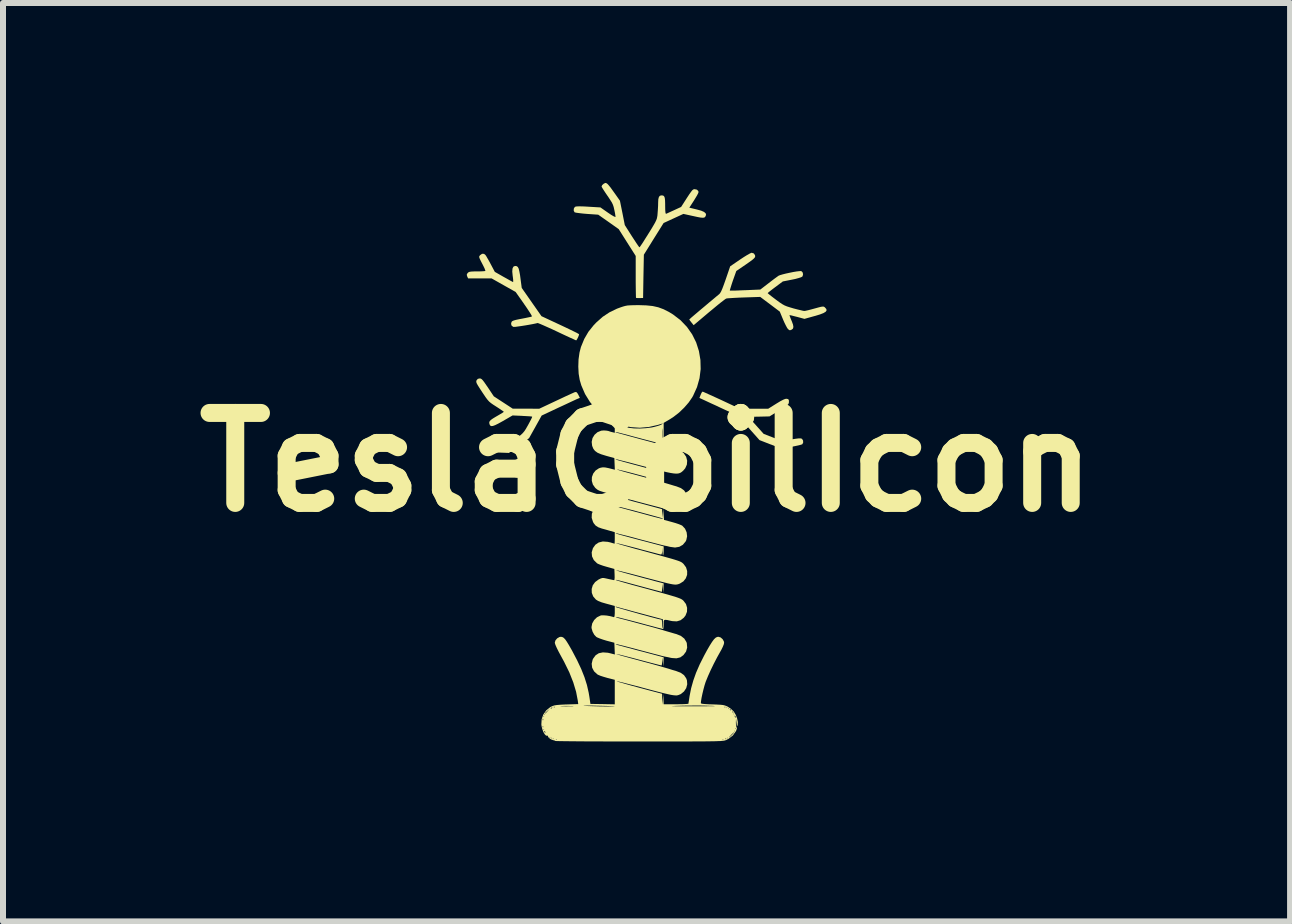
<source format=kicad_pcb>
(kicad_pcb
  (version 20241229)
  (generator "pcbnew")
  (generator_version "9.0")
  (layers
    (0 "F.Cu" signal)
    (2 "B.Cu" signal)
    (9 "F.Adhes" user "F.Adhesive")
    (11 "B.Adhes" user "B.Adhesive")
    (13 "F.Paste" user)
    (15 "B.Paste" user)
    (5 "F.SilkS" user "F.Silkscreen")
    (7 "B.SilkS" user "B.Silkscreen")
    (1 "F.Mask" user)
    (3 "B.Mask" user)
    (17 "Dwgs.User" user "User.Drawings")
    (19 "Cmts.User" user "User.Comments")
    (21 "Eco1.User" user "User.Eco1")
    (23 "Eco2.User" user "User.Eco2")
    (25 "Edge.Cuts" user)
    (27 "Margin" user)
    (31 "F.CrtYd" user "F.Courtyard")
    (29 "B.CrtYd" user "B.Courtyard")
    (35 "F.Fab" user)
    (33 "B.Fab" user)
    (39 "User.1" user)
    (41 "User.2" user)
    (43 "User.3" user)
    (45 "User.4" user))
  (footprint "TeslaCoilIcon"
    (layer "F.Cu")
    (at 7.729 4.656)
    (property "Reference" "TeslaCoilIcon" (at 0 0 0) (layer "F.SilkS") (effects (font (size 1.5 1.5) (thickness 0.3))))
    (attr board_only exclude_from_pos_files exclude_from_bom)
    (fp_poly (pts (xy 0.948 -1.172) (xy 0.982 -1.157) (xy 1.033 -1.134) (xy 1.099 -1.104) (xy 1.174 -1.07) (xy 1.25 -1.035) (xy 1.555 -0.892) (xy 1.792 -0.892) (xy 2.028 -0.892) (xy 2.164 -0.977) (xy 2.23 -1.017) (xy 2.278 -1.042) (xy 2.313 -1.056) (xy 2.337 -1.058) (xy 2.361 -1.052) (xy 2.372 -1.036) (xy 2.373 -1.009) (xy 2.372 -0.991) (xy 2.367 -0.976) (xy 2.355 -0.96) (xy 2.332 -0.941) (xy 2.295 -0.916) (xy 2.241 -0.882) (xy 2.212 -0.864) (xy 2.05 -0.764) (xy 1.874 -0.76) (xy 1.697 -0.757) (xy 1.825 -0.615) (xy 1.952 -0.473) (xy 2.106 -0.413) (xy 2.26 -0.353) (xy 2.415 -0.38) (xy 2.483 -0.391) (xy 2.53 -0.397) (xy 2.561 -0.398) (xy 2.58 -0.395) (xy 2.592 -0.389) (xy 2.609 -0.362) (xy 2.611 -0.328) (xy 2.597 -0.301) (xy 2.596 -0.3) (xy 2.578 -0.293) (xy 2.541 -0.283) (xy 2.49 -0.272) (xy 2.432 -0.26) (xy 2.373 -0.249) (xy 2.32 -0.24) (xy 2.278 -0.235) (xy 2.257 -0.233) (xy 2.236 -0.238) (xy 2.196 -0.251) (xy 2.142 -0.269) (xy 2.08 -0.293) (xy 2.057 -0.301) (xy 1.883 -0.369) (xy 1.702 -0.572) (xy 1.52 -0.775) (xy 1.306 -0.875) (xy 1.228 -0.911) (xy 1.15 -0.948) (xy 1.077 -0.981) (xy 1.017 -1.009) (xy 0.987 -1.023) (xy 0.881 -1.072) (xy 0.902 -1.125) (xy 0.916 -1.157) (xy 0.93 -1.175) (xy 0.933 -1.177)) (stroke (width 0) (type solid)) (fill yes) (layer "F.SilkS"))
    (fp_poly (pts (xy -2.766 -1.395) (xy -2.75 -1.386) (xy -2.732 -1.368) (xy -2.707 -1.336) (xy -2.674 -1.288) (xy -2.646 -1.248) (xy -2.547 -1.099) (xy -2.389 -0.996) (xy -2.231 -0.893) (xy -2.01 -0.893) (xy -1.789 -0.892) (xy -1.502 -1.027) (xy -1.421 -1.065) (xy -1.347 -1.1) (xy -1.283 -1.129) (xy -1.233 -1.152) (xy -1.201 -1.166) (xy -1.19 -1.17) (xy -1.171 -1.17) (xy -1.154 -1.153) (xy -1.138 -1.126) (xy -1.112 -1.073) (xy -1.141 -1.061) (xy -1.161 -1.053) (xy -1.2 -1.035) (xy -1.256 -1.009) (xy -1.324 -0.977) (xy -1.401 -0.941) (xy -1.46 -0.914) (xy -1.749 -0.778) (xy -1.854 -0.589) (xy -1.959 -0.401) (xy -2.127 -0.278) (xy -2.294 -0.155) (xy -2.372 -0.158) (xy -2.428 -0.16) (xy -2.493 -0.162) (xy -2.547 -0.165) (xy -2.615 -0.172) (xy -2.66 -0.186) (xy -2.684 -0.209) (xy -2.69 -0.234) (xy -2.684 -0.259) (xy -2.665 -0.276) (xy -2.629 -0.286) (xy -2.574 -0.289) (xy -2.497 -0.286) (xy -2.483 -0.285) (xy -2.334 -0.276) (xy -2.192 -0.382) (xy -2.135 -0.425) (xy -2.093 -0.458) (xy -2.062 -0.488) (xy -2.037 -0.518) (xy -2.012 -0.556) (xy -1.983 -0.607) (xy -1.975 -0.621) (xy -1.947 -0.673) (xy -1.924 -0.717) (xy -1.91 -0.747) (xy -1.907 -0.76) (xy -1.921 -0.763) (xy -1.956 -0.766) (xy -2.007 -0.769) (xy -2.068 -0.772) (xy -2.073 -0.773) (xy -2.234 -0.78) (xy -2.396 -0.686) (xy -2.47 -0.645) (xy -2.525 -0.618) (xy -2.564 -0.604) (xy -2.591 -0.603) (xy -2.608 -0.613) (xy -2.619 -0.636) (xy -2.62 -0.641) (xy -2.623 -0.663) (xy -2.616 -0.683) (xy -2.597 -0.704) (xy -2.562 -0.729) (xy -2.509 -0.761) (xy -2.488 -0.773) (xy -2.442 -0.8) (xy -2.405 -0.822) (xy -2.384 -0.837) (xy -2.38 -0.841) (xy -2.39 -0.85) (xy -2.418 -0.869) (xy -2.459 -0.897) (xy -2.507 -0.928) (xy -2.557 -0.96) (xy -2.594 -0.986) (xy -2.624 -1.011) (xy -2.651 -1.041) (xy -2.68 -1.079) (xy -2.715 -1.131) (xy -2.742 -1.171) (xy -2.783 -1.234) (xy -2.812 -1.28) (xy -2.83 -1.312) (xy -2.838 -1.334) (xy -2.839 -1.35) (xy -2.835 -1.364) (xy -2.835 -1.365) (xy -2.813 -1.39) (xy -2.783 -1.397)) (stroke (width 0) (type solid)) (fill yes) (layer "F.SilkS"))
    (fp_poly (pts (xy -2.71 -3.474) (xy -2.687 -3.456) (xy -2.673 -3.436) (xy -2.651 -3.398) (xy -2.623 -3.349) (xy -2.599 -3.304) (xy -2.53 -3.174) (xy -2.383 -3.09) (xy -2.327 -3.059) (xy -2.279 -3.032) (xy -2.244 -3.013) (xy -2.227 -3.004) (xy -2.226 -3.003) (xy -2.223 -3.013) (xy -2.224 -3.043) (xy -2.229 -3.087) (xy -2.232 -3.107) (xy -2.239 -3.179) (xy -2.235 -3.229) (xy -2.22 -3.26) (xy -2.194 -3.272) (xy -2.186 -3.272) (xy -2.164 -3.268) (xy -2.146 -3.254) (xy -2.132 -3.227) (xy -2.121 -3.182) (xy -2.109 -3.118) (xy -2.103 -3.071) (xy -2.081 -2.906) (xy -1.917 -2.671) (xy -1.752 -2.435) (xy -1.439 -2.289) (xy -1.356 -2.25) (xy -1.281 -2.214) (xy -1.217 -2.183) (xy -1.168 -2.159) (xy -1.136 -2.141) (xy -1.125 -2.134) (xy -1.125 -2.134) (xy -1.13 -2.113) (xy -1.142 -2.083) (xy -1.157 -2.054) (xy -1.169 -2.035) (xy -1.174 -2.032) (xy -1.188 -2.037) (xy -1.222 -2.053) (xy -1.273 -2.076) (xy -1.338 -2.106) (xy -1.413 -2.141) (xy -1.493 -2.179) (xy -1.576 -2.218) (xy -1.652 -2.252) (xy -1.717 -2.281) (xy -1.768 -2.303) (xy -1.803 -2.317) (xy -1.816 -2.321) (xy -1.849 -2.313) (xy -1.898 -2.303) (xy -1.958 -2.292) (xy -2.022 -2.281) (xy -2.086 -2.271) (xy -2.143 -2.263) (xy -2.188 -2.257) (xy -2.215 -2.256) (xy -2.219 -2.256) (xy -2.248 -2.274) (xy -2.259 -2.306) (xy -2.251 -2.339) (xy -2.24 -2.351) (xy -2.217 -2.362) (xy -2.179 -2.373) (xy -2.122 -2.385) (xy -2.079 -2.393) (xy -2.018 -2.405) (xy -1.966 -2.416) (xy -1.929 -2.424) (xy -1.912 -2.43) (xy -1.911 -2.43) (xy -1.915 -2.443) (xy -1.932 -2.473) (xy -1.96 -2.517) (xy -1.997 -2.573) (xy -2.04 -2.635) (xy -2.042 -2.639) (xy -2.183 -2.839) (xy -2.384 -2.952) (xy -2.584 -3.065) (xy -2.78 -3.065) (xy -2.975 -3.065) (xy -2.99 -3.097) (xy -2.998 -3.126) (xy -2.987 -3.149) (xy -2.981 -3.156) (xy -2.967 -3.168) (xy -2.948 -3.175) (xy -2.918 -3.179) (xy -2.872 -3.181) (xy -2.826 -3.181) (xy -2.77 -3.182) (xy -2.725 -3.184) (xy -2.695 -3.187) (xy -2.687 -3.189) (xy -2.69 -3.202) (xy -2.702 -3.234) (xy -2.723 -3.277) (xy -2.74 -3.31) (xy -2.767 -3.362) (xy -2.783 -3.397) (xy -2.79 -3.419) (xy -2.789 -3.433) (xy -2.78 -3.446) (xy -2.775 -3.452) (xy -2.742 -3.475)) (stroke (width 0) (type solid)) (fill yes) (layer "F.SilkS"))
    (fp_poly (pts (xy -0.669 -4.652) (xy -0.652 -4.64) (xy -0.63 -4.616) (xy -0.599 -4.578) (xy -0.559 -4.522) (xy -0.528 -4.479) (xy -0.444 -4.36) (xy -0.403 -4.157) (xy -0.363 -3.954) (xy -0.245 -3.768) (xy -0.205 -3.707) (xy -0.171 -3.655) (xy -0.143 -3.614) (xy -0.125 -3.589) (xy -0.118 -3.583) (xy -0.109 -3.593) (xy -0.089 -3.622) (xy -0.059 -3.667) (xy -0.023 -3.725) (xy 0.019 -3.791) (xy 0.032 -3.812) (xy 0.08 -3.889) (xy 0.115 -3.948) (xy 0.141 -3.993) (xy 0.158 -4.028) (xy 0.17 -4.057) (xy 0.176 -4.084) (xy 0.181 -4.113) (xy 0.183 -4.138) (xy 0.188 -4.204) (xy 0.192 -4.275) (xy 0.193 -4.327) (xy 0.196 -4.386) (xy 0.206 -4.423) (xy 0.223 -4.443) (xy 0.25 -4.449) (xy 0.252 -4.449) (xy 0.276 -4.446) (xy 0.292 -4.434) (xy 0.303 -4.409) (xy 0.308 -4.368) (xy 0.31 -4.306) (xy 0.31 -4.277) (xy 0.311 -4.212) (xy 0.314 -4.17) (xy 0.318 -4.148) (xy 0.325 -4.142) (xy 0.327 -4.142) (xy 0.345 -4.15) (xy 0.38 -4.166) (xy 0.428 -4.188) (xy 0.459 -4.202) (xy 0.576 -4.256) (xy 0.671 -4.404) (xy 0.711 -4.465) (xy 0.74 -4.506) (xy 0.761 -4.533) (xy 0.778 -4.547) (xy 0.794 -4.552) (xy 0.801 -4.552) (xy 0.84 -4.544) (xy 0.863 -4.52) (xy 0.866 -4.502) (xy 0.86 -4.484) (xy 0.842 -4.449) (xy 0.815 -4.404) (xy 0.79 -4.363) (xy 0.713 -4.244) (xy 0.837 -4.214) (xy 0.91 -4.194) (xy 0.958 -4.173) (xy 0.985 -4.15) (xy 0.992 -4.125) (xy 0.983 -4.101) (xy 0.973 -4.086) (xy 0.958 -4.078) (xy 0.935 -4.076) (xy 0.899 -4.079) (xy 0.846 -4.089) (xy 0.773 -4.105) (xy 0.763 -4.107) (xy 0.614 -4.14) (xy 0.449 -4.064) (xy 0.284 -3.988) (xy 0.119 -3.724) (xy -0.045 -3.46) (xy -0.052 -3.099) (xy -0.058 -2.738) (xy -0.114 -2.737) (xy -0.15 -2.737) (xy -0.172 -2.739) (xy -0.176 -2.741) (xy -0.177 -2.755) (xy -0.178 -2.791) (xy -0.179 -2.846) (xy -0.18 -2.917) (xy -0.181 -3) (xy -0.181 -3.092) (xy -0.181 -3.093) (xy -0.181 -3.439) (xy -0.323 -3.663) (xy -0.464 -3.886) (xy -0.635 -4.007) (xy -0.806 -4.127) (xy -0.994 -4.14) (xy -1.063 -4.146) (xy -1.122 -4.153) (xy -1.168 -4.159) (xy -1.195 -4.165) (xy -1.2 -4.167) (xy -1.214 -4.193) (xy -1.213 -4.227) (xy -1.197 -4.254) (xy -1.196 -4.255) (xy -1.182 -4.262) (xy -1.158 -4.265) (xy -1.12 -4.266) (xy -1.063 -4.265) (xy -0.985 -4.261) (xy -0.972 -4.26) (xy -0.769 -4.248) (xy -0.643 -4.16) (xy -0.588 -4.123) (xy -0.547 -4.099) (xy -0.523 -4.089) (xy -0.517 -4.091) (xy -0.52 -4.112) (xy -0.526 -4.151) (xy -0.536 -4.2) (xy -0.538 -4.209) (xy -0.548 -4.254) (xy -0.561 -4.293) (xy -0.579 -4.331) (xy -0.607 -4.375) (xy -0.645 -4.433) (xy -0.654 -4.445) (xy -0.69 -4.498) (xy -0.72 -4.544) (xy -0.741 -4.578) (xy -0.75 -4.597) (xy -0.75 -4.598) (xy -0.74 -4.62) (xy -0.716 -4.642) (xy -0.69 -4.655) (xy -0.683 -4.656)) (stroke (width 0) (type solid)) (fill yes) (layer "F.SilkS"))
    (fp_poly (pts (xy 1.788 -3.481) (xy 1.808 -3.452) (xy 1.811 -3.432) (xy 1.806 -3.416) (xy 1.79 -3.397) (xy 1.76 -3.371) (xy 1.713 -3.337) (xy 1.653 -3.295) (xy 1.496 -3.188) (xy 1.439 -3.028) (xy 1.419 -2.968) (xy 1.403 -2.917) (xy 1.392 -2.881) (xy 1.388 -2.863) (xy 1.388 -2.862) (xy 1.402 -2.861) (xy 1.438 -2.861) (xy 1.492 -2.862) (xy 1.559 -2.865) (xy 1.636 -2.868) (xy 1.645 -2.868) (xy 1.897 -2.879) (xy 2.032 -2.983) (xy 2.085 -3.024) (xy 2.134 -3.061) (xy 2.174 -3.09) (xy 2.199 -3.108) (xy 2.2 -3.109) (xy 2.225 -3.119) (xy 2.269 -3.132) (xy 2.325 -3.146) (xy 2.386 -3.159) (xy 2.449 -3.172) (xy 2.505 -3.181) (xy 2.55 -3.186) (xy 2.577 -3.187) (xy 2.58 -3.186) (xy 2.601 -3.166) (xy 2.609 -3.135) (xy 2.602 -3.104) (xy 2.595 -3.094) (xy 2.574 -3.083) (xy 2.533 -3.07) (xy 2.478 -3.055) (xy 2.424 -3.044) (xy 2.272 -3.014) (xy 2.146 -2.92) (xy 2.097 -2.883) (xy 2.057 -2.852) (xy 2.03 -2.83) (xy 2.019 -2.819) (xy 2.019 -2.819) (xy 2.029 -2.81) (xy 2.055 -2.788) (xy 2.095 -2.757) (xy 2.145 -2.719) (xy 2.157 -2.71) (xy 2.215 -2.667) (xy 2.26 -2.637) (xy 2.299 -2.615) (xy 2.34 -2.598) (xy 2.39 -2.582) (xy 2.451 -2.564) (xy 2.512 -2.548) (xy 2.567 -2.535) (xy 2.608 -2.525) (xy 2.63 -2.522) (xy 2.631 -2.522) (xy 2.652 -2.525) (xy 2.693 -2.534) (xy 2.747 -2.548) (xy 2.802 -2.563) (xy 2.864 -2.58) (xy 2.907 -2.591) (xy 2.935 -2.595) (xy 2.952 -2.594) (xy 2.965 -2.588) (xy 2.974 -2.58) (xy 2.997 -2.554) (xy 3.001 -2.531) (xy 2.986 -2.509) (xy 2.95 -2.487) (xy 2.891 -2.464) (xy 2.809 -2.439) (xy 2.8 -2.437) (xy 2.632 -2.39) (xy 2.51 -2.423) (xy 2.457 -2.436) (xy 2.415 -2.447) (xy 2.389 -2.452) (xy 2.383 -2.452) (xy 2.386 -2.439) (xy 2.397 -2.409) (xy 2.414 -2.366) (xy 2.419 -2.356) (xy 2.441 -2.296) (xy 2.448 -2.255) (xy 2.44 -2.227) (xy 2.417 -2.209) (xy 2.411 -2.207) (xy 2.392 -2.2) (xy 2.379 -2.203) (xy 2.359 -2.219) (xy 2.357 -2.221) (xy 2.342 -2.242) (xy 2.321 -2.281) (xy 2.296 -2.332) (xy 2.276 -2.378) (xy 2.221 -2.511) (xy 2.058 -2.634) (xy 1.895 -2.756) (xy 1.623 -2.747) (xy 1.541 -2.744) (xy 1.466 -2.74) (xy 1.402 -2.736) (xy 1.355 -2.733) (xy 1.329 -2.729) (xy 1.326 -2.728) (xy 1.309 -2.717) (xy 1.276 -2.692) (xy 1.228 -2.655) (xy 1.17 -2.608) (xy 1.104 -2.553) (xy 1.042 -2.502) (xy 0.785 -2.285) (xy 0.749 -2.329) (xy 0.727 -2.357) (xy 0.714 -2.376) (xy 0.712 -2.38) (xy 0.722 -2.389) (xy 0.748 -2.413) (xy 0.789 -2.448) (xy 0.841 -2.492) (xy 0.901 -2.543) (xy 0.967 -2.598) (xy 1.035 -2.656) (xy 1.103 -2.712) (xy 1.167 -2.766) (xy 1.211 -2.802) (xy 1.226 -2.819) (xy 1.244 -2.85) (xy 1.264 -2.896) (xy 1.288 -2.96) (xy 1.319 -3.047) (xy 1.319 -3.047) (xy 1.394 -3.266) (xy 1.559 -3.379) (xy 1.618 -3.418) (xy 1.671 -3.451) (xy 1.715 -3.476) (xy 1.744 -3.49) (xy 1.752 -3.492)) (stroke (width 0) (type solid)) (fill yes) (layer "F.SilkS"))
    (fp_poly (pts (xy -0.004 -2.615) (xy 0.102 -2.604) (xy 0.196 -2.583) (xy 0.285 -2.55) (xy 0.375 -2.504) (xy 0.442 -2.463) (xy 0.567 -2.367) (xy 0.673 -2.256) (xy 0.76 -2.132) (xy 0.827 -1.997) (xy 0.873 -1.853) (xy 0.898 -1.705) (xy 0.902 -1.553) (xy 0.883 -1.401) (xy 0.841 -1.252) (xy 0.776 -1.108) (xy 0.76 -1.08) (xy 0.702 -0.996) (xy 0.627 -0.91) (xy 0.542 -0.828) (xy 0.452 -0.758) (xy 0.391 -0.718) (xy 0.285 -0.656) (xy 0.285 -0.477) (xy 0.284 -0.412) (xy 0.283 -0.358) (xy 0.282 -0.318) (xy 0.28 -0.299) (xy 0.279 -0.297) (xy 0.266 -0.301) (xy 0.231 -0.31) (xy 0.177 -0.324) (xy 0.107 -0.343) (xy 0.024 -0.365) (xy -0.068 -0.389) (xy -0.112 -0.401) (xy -0.226 -0.431) (xy -0.317 -0.456) (xy -0.354 -0.466) (xy 0.264 -0.466) (xy 0.264 -0.413) (xy 0.265 -0.379) (xy 0.266 -0.366) (xy 0.268 -0.376) (xy 0.268 -0.385) (xy 0.27 -0.446) (xy 0.27 -0.513) (xy 0.268 -0.546) (xy 0.267 -0.565) (xy 0.265 -0.559) (xy 0.264 -0.532) (xy 0.264 -0.485) (xy 0.264 -0.466) (xy -0.354 -0.466) (xy -0.388 -0.474) (xy -0.441 -0.488) (xy -0.478 -0.497) (xy -0.502 -0.502) (xy -0.514 -0.503) (xy -0.518 -0.502) (xy -0.516 -0.499) (xy -0.503 -0.494) (xy -0.468 -0.484) (xy -0.413 -0.469) (xy -0.343 -0.45) (xy -0.26 -0.427) (xy -0.167 -0.402) (xy -0.116 -0.388) (xy -0.018 -0.362) (xy 0.072 -0.338) (xy 0.153 -0.316) (xy 0.219 -0.297) (xy 0.269 -0.283) (xy 0.298 -0.274) (xy 0.304 -0.272) (xy 0.327 -0.263) (xy 0.369 -0.25) (xy 0.421 -0.235) (xy 0.455 -0.226) (xy 0.519 -0.206) (xy 0.565 -0.189) (xy 0.597 -0.17) (xy 0.621 -0.149) (xy 0.66 -0.091) (xy 0.677 -0.026) (xy 0.672 0.04) (xy 0.644 0.102) (xy 0.613 0.138) (xy 0.593 0.156) (xy 0.573 0.171) (xy 0.552 0.181) (xy 0.526 0.188) (xy 0.494 0.19) (xy 0.454 0.187) (xy 0.402 0.179) (xy 0.338 0.166) (xy 0.257 0.147) (xy 0.159 0.122) (xy 0.041 0.091) (xy -0.1 0.054) (xy -0.116 0.05) (xy -0.239 0.017) (xy -0.339 -0.009) (xy -0.416 -0.028) (xy -0.47 -0.042) (xy -0.504 -0.049) (xy -0.518 -0.05) (xy -0.513 -0.046) (xy -0.498 -0.04) (xy -0.479 -0.034) (xy -0.439 -0.023) (xy -0.38 -0.006) (xy -0.306 0.014) (xy -0.221 0.037) (xy -0.127 0.062) (xy -0.094 0.071) (xy 0.285 0.173) (xy 0.282 0.251) (xy 0.28 0.33) (xy 0.272 0.252) (xy 0.263 0.175) (xy 0.261 0.242) (xy 0.258 0.28) (xy 0.254 0.305) (xy 0.251 0.31) (xy 0.237 0.307) (xy 0.201 0.298) (xy 0.147 0.284) (xy 0.077 0.265) (xy -0.005 0.244) (xy -0.096 0.219) (xy -0.119 0.213) (xy -0.212 0.188) (xy -0.297 0.166) (xy -0.371 0.147) (xy -0.431 0.133) (xy -0.473 0.123) (xy -0.493 0.12) (xy -0.495 0.12) (xy -0.487 0.124) (xy -0.457 0.134) (xy -0.408 0.149) (xy -0.344 0.167) (xy -0.267 0.188) (xy -0.199 0.206) (xy -0.103 0.232) (xy -0.006 0.258) (xy 0.087 0.283) (xy 0.17 0.306) (xy 0.236 0.325) (xy 0.259 0.332) (xy 0.328 0.352) (xy 0.399 0.373) (xy 0.461 0.392) (xy 0.497 0.402) (xy 0.572 0.431) (xy 0.625 0.469) (xy 0.659 0.518) (xy 0.672 0.554) (xy 0.678 0.625) (xy 0.66 0.691) (xy 0.618 0.749) (xy 0.618 0.749) (xy 0.568 0.787) (xy 0.514 0.806) (xy 0.448 0.807) (xy 0.383 0.795) (xy 0.342 0.784) (xy 0.281 0.769) (xy 0.203 0.749) (xy 0.115 0.726) (xy 0.019 0.701) (xy -0.079 0.675) (xy -0.175 0.65) (xy -0.264 0.626) (xy -0.341 0.606) (xy -0.403 0.589) (xy -0.432 0.581) (xy -0.474 0.571) (xy -0.502 0.566) (xy -0.511 0.567) (xy -0.51 0.568) (xy -0.495 0.574) (xy -0.458 0.586) (xy -0.402 0.602) (xy -0.331 0.623) (xy -0.248 0.646) (xy -0.155 0.671) (xy -0.12 0.68) (xy 0.259 0.782) (xy 0.261 0.853) (xy 0.263 0.925) (xy 0.27 0.854) (xy 0.277 0.782) (xy 0.284 0.872) (xy 0.291 0.961) (xy 0.427 0.998) (xy 0.486 1.015) (xy 0.539 1.033) (xy 0.578 1.049) (xy 0.595 1.058) (xy 0.641 1.107) (xy 0.668 1.168) (xy 0.676 1.234) (xy 0.662 1.299) (xy 0.651 1.321) (xy 0.605 1.376) (xy 0.546 1.41) (xy 0.475 1.422) (xy 0.393 1.411) (xy 0.388 1.41) (xy 0.344 1.399) (xy 0.302 1.391) (xy 0.28 1.386) (xy 0.236 1.375) (xy 0.174 1.359) (xy 0.097 1.339) (xy 0.009 1.316) (xy -0.086 1.291) (xy -0.124 1.281) (xy -0.219 1.255) (xy -0.306 1.232) (xy -0.382 1.213) (xy -0.444 1.198) (xy -0.488 1.187) (xy -0.511 1.182) (xy -0.514 1.182) (xy -0.514 1.185) (xy -0.507 1.189) (xy -0.491 1.195) (xy -0.463 1.203) (xy -0.423 1.215) (xy -0.367 1.23) (xy -0.293 1.25) (xy -0.199 1.275) (xy -0.083 1.306) (xy -0.055 1.313) (xy 0.285 1.403) (xy 0.285 1.478) (xy 0.283 1.518) (xy 0.279 1.545) (xy 0.275 1.552) (xy 0.27 1.54) (xy 0.267 1.51) (xy 0.266 1.484) (xy 0.268 1.416) (xy 0.262 1.478) (xy 0.257 1.513) (xy 0.249 1.536) (xy 0.244 1.539) (xy 0.228 1.536) (xy 0.191 1.527) (xy 0.135 1.512) (xy 0.065 1.494) (xy -0.018 1.472) (xy -0.11 1.448) (xy -0.132 1.441) (xy -0.225 1.417) (xy -0.31 1.395) (xy -0.384 1.376) (xy -0.444 1.361) (xy -0.485 1.352) (xy -0.506 1.348) (xy -0.508 1.348) (xy -0.499 1.353) (xy -0.468 1.363) (xy -0.418 1.378) (xy -0.351 1.397) (xy -0.27 1.42) (xy -0.178 1.446) (xy -0.108 1.464) (xy 0.038 1.504) (xy 0.162 1.538) (xy 0.265 1.566) (xy 0.35 1.59) (xy 0.418 1.609) (xy 0.471 1.625) (xy 0.512 1.638) (xy 0.543 1.649) (xy 0.566 1.659) (xy 0.583 1.668) (xy 0.596 1.677) (xy 0.607 1.687) (xy 0.616 1.695) (xy 0.658 1.752) (xy 0.677 1.814) (xy 0.676 1.877) (xy 0.654 1.936) (xy 0.614 1.986) (xy 0.555 2.023) (xy 0.531 2.032) (xy 0.516 2.036) (xy 0.5 2.039) (xy 0.483 2.04) (xy 0.461 2.039) (xy 0.432 2.035) (xy 0.395 2.028) (xy 0.345 2.017) (xy 0.282 2.001) (xy 0.203 1.981) (xy 0.105 1.955) (xy -0.015 1.924) (xy -0.108 1.899) (xy -0.204 1.874) (xy -0.292 1.851) (xy -0.369 1.832) (xy -0.432 1.816) (xy -0.478 1.806) (xy -0.503 1.801) (xy -0.507 1.801) (xy -0.499 1.805) (xy -0.469 1.815) (xy -0.42 1.83) (xy -0.356 1.848) (xy -0.279 1.869) (xy -0.212 1.887) (xy -0.12 1.912) (xy -0.031 1.936) (xy 0.05 1.957) (xy 0.119 1.976) (xy 0.171 1.99) (xy 0.191 1.995) (xy 0.285 2.02) (xy 0.282 2.1) (xy 0.28 2.179) (xy 0.272 2.102) (xy 0.263 2.024) (xy 0.261 2.092) (xy 0.259 2.13) (xy 0.256 2.154) (xy 0.254 2.16) (xy 0.24 2.157) (xy 0.206 2.148) (xy 0.153 2.134) (xy 0.085 2.116) (xy 0.006 2.095) (xy -0.06 2.077) (xy -0.18 2.045) (xy -0.277 2.019) (xy -0.353 1.998) (xy -0.412 1.983) (xy -0.454 1.972) (xy -0.483 1.965) (xy -0.501 1.962) (xy -0.51 1.961) (xy -0.512 1.962) (xy -0.509 1.965) (xy -0.495 1.971) (xy -0.458 1.982) (xy -0.402 1.999) (xy -0.331 2.019) (xy -0.247 2.043) (xy -0.154 2.068) (xy -0.11 2.08) (xy 0.038 2.12) (xy 0.162 2.154) (xy 0.266 2.182) (xy 0.352 2.206) (xy 0.42 2.226) (xy 0.475 2.242) (xy 0.516 2.256) (xy 0.548 2.268) (xy 0.572 2.278) (xy 0.589 2.288) (xy 0.602 2.297) (xy 0.614 2.308) (xy 0.615 2.309) (xy 0.657 2.364) (xy 0.676 2.427) (xy 0.674 2.493) (xy 0.649 2.556) (xy 0.62 2.593) (xy 0.567 2.634) (xy 0.504 2.653) (xy 0.43 2.649) (xy 0.404 2.644) (xy 0.348 2.631) (xy 0.314 2.627) (xy 0.294 2.632) (xy 0.286 2.651) (xy 0.285 2.685) (xy 0.285 2.703) (xy 0.283 2.744) (xy 0.28 2.772) (xy 0.276 2.781) (xy 0.261 2.777) (xy 0.225 2.768) (xy 0.17 2.754) (xy 0.1 2.735) (xy 0.016 2.713) (xy -0.076 2.688) (xy -0.12 2.676) (xy -0.216 2.651) (xy -0.304 2.628) (xy -0.38 2.609) (xy -0.442 2.593) (xy -0.486 2.583) (xy -0.51 2.579) (xy -0.514 2.579) (xy -0.506 2.585) (xy -0.481 2.595) (xy -0.464 2.6) (xy -0.34 2.632) (xy -0.217 2.665) (xy -0.098 2.697) (xy 0.014 2.727) (xy 0.114 2.754) (xy 0.199 2.778) (xy 0.265 2.797) (xy 0.297 2.807) (xy 0.361 2.826) (xy 0.424 2.844) (xy 0.478 2.86) (xy 0.495 2.864) (xy 0.572 2.895) (xy 0.629 2.94) (xy 0.664 2.997) (xy 0.671 3.017) (xy 0.677 3.09) (xy 0.658 3.157) (xy 0.615 3.215) (xy 0.563 3.253) (xy 0.499 3.269) (xy 0.423 3.264) (xy 0.401 3.26) (xy 0.357 3.25) (xy 0.319 3.243) (xy 0.304 3.24) (xy 0.285 3.236) (xy 0.245 3.226) (xy 0.186 3.21) (xy 0.112 3.191) (xy 0.026 3.168) (xy -0.069 3.143) (xy -0.115 3.131) (xy -0.211 3.105) (xy -0.3 3.082) (xy -0.377 3.062) (xy -0.439 3.047) (xy -0.485 3.036) (xy -0.51 3.031) (xy -0.514 3.031) (xy -0.507 3.038) (xy -0.482 3.047) (xy -0.476 3.049) (xy -0.453 3.055) (xy -0.408 3.067) (xy -0.346 3.084) (xy -0.269 3.104) (xy -0.182 3.128) (xy -0.088 3.153) (xy -0.074 3.156) (xy 0.285 3.252) (xy 0.282 3.33) (xy 0.28 3.408) (xy 0.272 3.33) (xy 0.263 3.253) (xy 0.261 3.32) (xy 0.258 3.358) (xy 0.253 3.383) (xy 0.249 3.388) (xy 0.235 3.385) (xy 0.199 3.376) (xy 0.144 3.362) (xy 0.074 3.344) (xy -0.009 3.322) (xy -0.1 3.298) (xy -0.127 3.291) (xy -0.22 3.266) (xy -0.306 3.244) (xy -0.38 3.225) (xy -0.44 3.21) (xy -0.482 3.201) (xy -0.504 3.197) (xy -0.505 3.197) (xy -0.497 3.201) (xy -0.466 3.211) (xy -0.416 3.226) (xy -0.35 3.244) (xy -0.271 3.266) (xy -0.181 3.29) (xy -0.158 3.296) (xy -0.06 3.323) (xy 0.035 3.348) (xy 0.122 3.372) (xy 0.198 3.393) (xy 0.257 3.41) (xy 0.297 3.422) (xy 0.297 3.422) (xy 0.362 3.441) (xy 0.432 3.463) (xy 0.488 3.479) (xy 0.567 3.509) (xy 0.624 3.549) (xy 0.66 3.601) (xy 0.673 3.635) (xy 0.678 3.702) (xy 0.661 3.766) (xy 0.624 3.822) (xy 0.571 3.865) (xy 0.535 3.88) (xy 0.518 3.885) (xy 0.499 3.888) (xy 0.476 3.887) (xy 0.446 3.884) (xy 0.407 3.878) (xy 0.357 3.867) (xy 0.292 3.852) (xy 0.212 3.832) (xy 0.112 3.806) (xy -0.008 3.774) (xy -0.108 3.747) (xy -0.203 3.722) (xy -0.291 3.7) (xy -0.367 3.68) (xy -0.428 3.665) (xy -0.472 3.655) (xy -0.496 3.65) (xy -0.499 3.65) (xy -0.489 3.655) (xy -0.456 3.666) (xy -0.403 3.681) (xy -0.334 3.701) (xy -0.249 3.725) (xy -0.153 3.751) (xy -0.048 3.779) (xy 0.064 3.809) (xy 0.171 3.837) (xy 0.259 3.86) (xy 0.261 3.951) (xy 0.263 4.041) (xy 0.272 3.951) (xy 0.28 3.86) (xy 0.282 3.948) (xy 0.285 4.035) (xy 0.491 4.035) (xy 0.561 4.034) (xy 0.621 4.033) (xy 0.667 4.03) (xy 0.693 4.027) (xy 0.698 4.025) (xy 0.7 4.009) (xy 0.706 3.973) (xy 0.713 3.925) (xy 0.717 3.899) (xy 0.743 3.768) (xy 0.779 3.64) (xy 0.825 3.51) (xy 0.885 3.372) (xy 0.96 3.223) (xy 1.007 3.136) (xy 1.054 3.055) (xy 1.092 2.995) (xy 1.123 2.953) (xy 1.151 2.926) (xy 1.176 2.913) (xy 1.198 2.91) (xy 1.235 2.921) (xy 1.268 2.95) (xy 1.289 2.987) (xy 1.293 3.01) (xy 1.287 3.037) (xy 1.27 3.079) (xy 1.246 3.128) (xy 1.234 3.149) (xy 1.176 3.253) (xy 1.12 3.361) (xy 1.069 3.466) (xy 1.025 3.564) (xy 0.991 3.647) (xy 0.984 3.665) (xy 0.966 3.722) (xy 0.948 3.789) (xy 0.931 3.86) (xy 0.917 3.926) (xy 0.908 3.982) (xy 0.905 4.016) (xy 0.913 4.023) (xy 0.937 4.028) (xy 0.981 4.032) (xy 1.046 4.036) (xy 1.098 4.037) (xy 1.174 4.04) (xy 1.23 4.043) (xy 1.271 4.047) (xy 1.302 4.054) (xy 1.329 4.064) (xy 1.353 4.075) (xy 1.399 4.105) (xy 1.442 4.144) (xy 1.457 4.161) (xy 1.488 4.213) (xy 1.51 4.273) (xy 1.522 4.331) (xy 1.519 4.379) (xy 1.518 4.381) (xy 1.512 4.398) (xy 1.507 4.397) (xy 1.503 4.374) (xy 1.5 4.345) (xy 1.491 4.274) (xy 1.489 4.34) (xy 1.491 4.38) (xy 1.497 4.41) (xy 1.501 4.419) (xy 1.507 4.437) (xy 1.496 4.469) (xy 1.49 4.483) (xy 1.439 4.555) (xy 1.368 4.61) (xy 1.332 4.629) (xy 1.322 4.633) (xy 1.312 4.637) (xy 1.299 4.64) (xy 1.283 4.643) (xy 1.261 4.645) (xy 1.233 4.648) (xy 1.196 4.649) (xy 1.15 4.651) (xy 1.092 4.652) (xy 1.021 4.653) (xy 0.937 4.654) (xy 0.836 4.654) (xy 0.718 4.655) (xy 0.582 4.655) (xy 0.425 4.655) (xy 0.246 4.655) (xy 0.044 4.655) (xy -0.118 4.655) (xy -0.305 4.655) (xy -0.486 4.655) (xy -0.657 4.655) (xy -0.818 4.654) (xy -0.966 4.654) (xy -1.1 4.653) (xy -1.219 4.652) (xy -1.32 4.651) (xy -1.402 4.65) (xy -1.464 4.649) (xy -1.503 4.648) (xy -1.518 4.647) (xy -1.518 4.647) (xy -1.537 4.638) (xy -1.556 4.634) (xy -1.586 4.623) (xy -1.513 4.623) (xy -1.507 4.63) (xy -1.5 4.623) (xy 1.267 4.623) (xy 1.274 4.63) (xy 1.28 4.623) (xy 1.274 4.617) (xy 1.267 4.623) (xy -1.5 4.623) (xy -1.507 4.617) (xy -1.513 4.623) (xy -1.586 4.623) (xy -1.587 4.623) (xy -1.607 4.611) (xy -1.565 4.611) (xy -1.558 4.617) (xy -1.552 4.611) (xy -1.554 4.608) (xy 1.311 4.608) (xy 1.312 4.616) (xy 1.319 4.617) (xy 1.33 4.612) (xy 1.328 4.608) (xy 1.312 4.607) (xy 1.311 4.608) (xy -1.554 4.608) (xy -1.558 4.604) (xy -1.565 4.611) (xy -1.607 4.611) (xy -1.617 4.604) (xy -1.624 4.598) (xy -1.591 4.598) (xy -1.584 4.604) (xy -1.578 4.598) (xy 1.345 4.598) (xy 1.351 4.604) (xy 1.358 4.598) (xy 1.351 4.591) (xy 1.372 4.591) (xy 1.384 4.583) (xy 1.407 4.561) (xy 1.423 4.546) (xy 1.447 4.52) (xy 1.459 4.504) (xy 1.46 4.501) (xy 1.448 4.509) (xy 1.425 4.531) (xy 1.41 4.546) (xy 1.386 4.572) (xy 1.373 4.588) (xy 1.372 4.591) (xy 1.351 4.591) (xy 1.345 4.598) (xy -1.578 4.598) (xy -1.584 4.591) (xy -1.591 4.598) (xy -1.624 4.598) (xy -1.637 4.585) (xy -1.617 4.585) (xy -1.61 4.591) (xy -1.604 4.585) (xy -1.61 4.578) (xy -1.617 4.585) (xy -1.637 4.585) (xy -1.639 4.582) (xy -1.645 4.565) (xy -1.65 4.557) (xy -1.656 4.559) (xy -1.675 4.558) (xy -1.697 4.536) (xy -1.719 4.5) (xy -1.721 4.495) (xy -1.704 4.495) (xy -1.701 4.5) (xy -1.689 4.513) (xy -1.687 4.504) (xy -1.69 4.494) (xy -1.698 4.481) (xy 1.461 4.481) (xy 1.468 4.488) (xy 1.474 4.481) (xy 1.468 4.475) (xy 1.461 4.481) (xy -1.698 4.481) (xy -1.699 4.48) (xy -1.704 4.48) (xy -1.704 4.495) (xy -1.721 4.495) (xy -1.736 4.455) (xy -1.72 4.455) (xy -1.714 4.462) (xy -1.707 4.455) (xy -1.714 4.449) (xy -1.72 4.455) (xy -1.736 4.455) (xy -1.737 4.453) (xy -1.74 4.442) (xy 1.474 4.442) (xy 1.481 4.449) (xy 1.487 4.442) (xy 1.481 4.436) (xy 1.474 4.442) (xy -1.74 4.442) (xy -1.748 4.41) (xy -1.733 4.41) (xy -1.728 4.421) (xy -1.724 4.419) (xy -1.723 4.403) (xy -1.724 4.401) (xy -1.732 4.403) (xy -1.733 4.41) (xy -1.748 4.41) (xy -1.75 4.401) (xy -1.754 4.371) (xy -1.749 4.286) (xy -1.732 4.286) (xy -1.73 4.303) (xy -1.725 4.303) (xy -1.722 4.286) (xy -1.724 4.278) (xy -1.73 4.273) (xy -1.732 4.286) (xy -1.749 4.286) (xy -1.749 4.285) (xy -1.732 4.235) (xy -1.72 4.235) (xy -1.714 4.242) (xy -1.707 4.235) (xy -1.714 4.229) (xy -1.72 4.235) (xy -1.732 4.235) (xy -1.727 4.223) (xy 1.468 4.223) (xy 1.471 4.242) (xy 1.471 4.243) (xy 1.479 4.26) (xy 1.485 4.257) (xy 1.482 4.233) (xy 1.477 4.226) (xy 1.468 4.223) (xy -1.727 4.223) (xy -1.723 4.21) (xy -1.707 4.21) (xy -1.701 4.216) (xy -1.694 4.21) (xy -1.701 4.203) (xy -1.707 4.21) (xy -1.723 4.21) (xy -1.721 4.206) (xy -1.715 4.197) (xy 1.448 4.197) (xy 1.455 4.203) (xy 1.461 4.197) (xy 1.455 4.19) (xy 1.448 4.197) (xy -1.715 4.197) (xy -1.707 4.186) (xy -1.693 4.186) (xy -1.69 4.19) (xy -1.69 4.19) (xy -1.68 4.182) (xy -1.659 4.16) (xy -1.654 4.155) (xy 1.425 4.155) (xy 1.428 4.162) (xy 1.441 4.176) (xy 1.448 4.173) (xy 1.448 4.172) (xy 1.439 4.161) (xy 1.434 4.157) (xy 1.425 4.155) (xy -1.654 4.155) (xy -1.648 4.148) (xy -1.619 4.116) (xy 1.386 4.116) (xy 1.389 4.124) (xy 1.402 4.137) (xy 1.41 4.135) (xy 1.41 4.133) (xy 1.4 4.122) (xy 1.395 4.118) (xy 1.386 4.116) (xy -1.619 4.116) (xy -1.613 4.109) (xy -1.602 4.109) (xy -1.589 4.106) (xy -1.589 4.106) (xy 1.358 4.106) (xy 1.364 4.113) (xy 1.371 4.106) (xy 1.364 4.1) (xy 1.358 4.106) (xy -1.589 4.106) (xy -1.587 4.105) (xy -1.571 4.095) (xy -1.571 4.093) (xy 1.332 4.093) (xy 1.339 4.1) (xy 1.345 4.093) (xy 1.339 4.087) (xy 1.332 4.093) (xy -1.571 4.093) (xy -1.571 4.089) (xy -1.585 4.091) (xy -1.594 4.098) (xy -1.602 4.109) (xy -1.613 4.109) (xy -1.61 4.106) (xy -1.652 4.144) (xy -1.682 4.172) (xy -1.693 4.186) (xy -1.707 4.186) (xy -1.673 4.137) (xy -1.606 4.083) (xy -1.596 4.078) (xy -1.548 4.078) (xy -1.546 4.086) (xy -1.539 4.087) (xy -1.528 4.082) (xy -1.53 4.078) (xy 1.298 4.078) (xy 1.299 4.086) (xy 1.306 4.087) (xy 1.317 4.082) (xy 1.315 4.078) (xy 1.299 4.077) (xy 1.298 4.078) (xy -1.53 4.078) (xy -1.546 4.077) (xy -1.548 4.078) (xy -1.596 4.078) (xy -1.572 4.066) (xy -1.439 4.066) (xy -1.434 4.067) (xy -1.407 4.068) (xy -1.36 4.069) (xy -1.326 4.069) (xy -1.269 4.068) (xy -1.232 4.068) (xy -1.216 4.067) (xy -1.223 4.065) (xy -1.239 4.064) (xy -1.303 4.063) (xy -1.372 4.063) (xy -1.42 4.064) (xy -1.439 4.066) (xy -1.572 4.066) (xy -1.571 4.066) (xy -1.551 4.059) (xy -1.052 4.059) (xy -1.035 4.061) (xy -0.988 4.064) (xy -0.929 4.066) (xy -0.862 4.068) (xy -0.791 4.07) (xy -0.72 4.071) (xy -0.655 4.072) (xy -0.599 4.072) (xy -0.557 4.072) (xy -0.534 4.07) (xy -0.531 4.069) (xy -0.545 4.068) (xy -0.572 4.066) (xy 0.42 4.066) (xy 0.438 4.067) (xy 0.479 4.068) (xy 0.542 4.068) (xy 0.629 4.068) (xy 0.74 4.068) (xy 0.782 4.068) (xy 0.902 4.068) (xy 0.996 4.068) (xy 1.067 4.067) (xy 1.113 4.067) (xy 1.138 4.066) (xy 1.14 4.065) (xy 1.122 4.063) (xy 1.083 4.061) (xy 1.041 4.06) (xy 0.947 4.057) (xy 0.838 4.056) (xy 0.723 4.057) (xy 0.614 4.058) (xy 0.55 4.06) (xy 0.489 4.062) (xy 0.446 4.064) (xy 0.423 4.065) (xy 0.42 4.066) (xy -0.572 4.066) (xy -0.581 4.066) (xy -0.636 4.064) (xy -0.706 4.062) (xy -0.786 4.06) (xy -0.841 4.059) (xy -0.919 4.057) (xy -0.981 4.057) (xy -1.026 4.057) (xy -1.05 4.058) (xy -1.052 4.059) (xy -1.551 4.059) (xy -1.541 4.055) (xy -1.499 4.048) (xy -1.442 4.043) (xy -1.365 4.039) (xy -1.329 4.038) (xy -1.139 4.032) (xy -1.147 3.972) (xy -1.175 3.826) (xy -1.222 3.67) (xy -1.288 3.503) (xy -1.376 3.324) (xy -1.425 3.234) (xy -1.465 3.16) (xy -1.497 3.096) (xy -1.519 3.046) (xy -1.529 3.014) (xy -1.53 3.008) (xy -1.519 2.97) (xy -1.49 2.936) (xy -1.452 2.914) (xy -1.428 2.91) (xy -1.405 2.914) (xy -1.383 2.926) (xy -1.358 2.951) (xy -1.33 2.991) (xy -1.295 3.048) (xy -1.251 3.125) (xy -1.243 3.139) (xy -1.158 3.301) (xy -1.089 3.448) (xy -1.035 3.584) (xy -0.994 3.714) (xy -0.965 3.842) (xy -0.953 3.912) (xy -0.936 4.029) (xy -0.733 4.032) (xy -0.53 4.036) (xy -0.53 3.831) (xy -0.53 3.627) (xy -0.656 3.595) (xy -0.714 3.578) (xy -0.767 3.561) (xy -0.807 3.544) (xy -0.82 3.537) (xy -0.875 3.486) (xy -0.907 3.426) (xy -0.915 3.36) (xy -0.899 3.291) (xy -0.89 3.273) (xy -0.849 3.218) (xy -0.796 3.184) (xy -0.728 3.17) (xy -0.645 3.176) (xy -0.598 3.187) (xy -0.529 3.205) (xy -0.533 3.107) (xy -0.537 3.009) (xy -0.668 2.975) (xy -0.727 2.957) (xy -0.781 2.938) (xy -0.822 2.921) (xy -0.838 2.912) (xy -0.872 2.876) (xy -0.9 2.825) (xy -0.916 2.77) (xy -0.918 2.748) (xy -0.906 2.687) (xy -0.874 2.631) (xy -0.827 2.585) (xy -0.77 2.557) (xy -0.755 2.553) (xy -0.716 2.552) (xy -0.664 2.556) (xy -0.607 2.566) (xy -0.557 2.579) (xy -0.546 2.583) (xy -0.538 2.579) (xy -0.533 2.558) (xy -0.53 2.515) (xy -0.53 2.493) (xy -0.53 2.407) (xy -0.516 2.407) (xy -0.511 2.415) (xy -0.497 2.42) (xy -0.461 2.431) (xy -0.408 2.447) (xy -0.342 2.466) (xy -0.265 2.488) (xy -0.182 2.511) (xy -0.098 2.535) (xy -0.014 2.557) (xy 0.064 2.579) (xy 0.134 2.597) (xy 0.19 2.612) (xy 0.231 2.621) (xy 0.25 2.625) (xy 0.251 2.625) (xy 0.255 2.637) (xy 0.258 2.667) (xy 0.259 2.696) (xy 0.26 2.735) (xy 0.262 2.761) (xy 0.265 2.768) (xy 0.269 2.756) (xy 0.271 2.725) (xy 0.272 2.693) (xy 0.272 2.618) (xy -0.105 2.517) (xy -0.2 2.492) (xy -0.288 2.468) (xy -0.365 2.447) (xy -0.428 2.43) (xy -0.474 2.417) (xy -0.499 2.41) (xy -0.502 2.409) (xy -0.516 2.407) (xy -0.53 2.407) (xy -0.53 2.396) (xy -0.668 2.359) (xy -0.748 2.336) (xy -0.808 2.312) (xy -0.844 2.29) (xy -0.89 2.237) (xy -0.913 2.177) (xy -0.915 2.113) (xy -0.897 2.052) (xy -0.858 1.998) (xy -0.801 1.956) (xy -0.797 1.954) (xy -0.764 1.938) (xy -0.739 1.93) (xy -0.713 1.93) (xy -0.677 1.937) (xy -0.642 1.945) (xy -0.596 1.955) (xy -0.559 1.963) (xy -0.54 1.966) (xy -0.539 1.966) (xy -0.535 1.954) (xy -0.532 1.923) (xy -0.533 1.879) (xy -0.533 1.872) (xy -0.537 1.779) (xy -0.666 1.743) (xy -0.724 1.726) (xy -0.775 1.708) (xy -0.813 1.692) (xy -0.826 1.684) (xy -0.88 1.631) (xy -0.909 1.57) (xy -0.915 1.503) (xy -0.895 1.435) (xy -0.894 1.432) (xy -0.853 1.375) (xy -0.798 1.338) (xy -0.729 1.321) (xy -0.648 1.327) (xy -0.6 1.338) (xy -0.564 1.349) (xy -0.539 1.356) (xy -0.533 1.358) (xy -0.532 1.346) (xy -0.531 1.315) (xy -0.53 1.27) (xy -0.53 1.262) (xy -0.53 1.166) (xy -0.605 1.145) (xy -0.66 1.129) (xy -0.717 1.113) (xy -0.744 1.106) (xy -0.805 1.084) (xy -0.849 1.056) (xy -0.881 1.017) (xy -0.893 0.995) (xy -0.915 0.926) (xy -0.912 0.858) (xy -0.885 0.795) (xy -0.842 0.747) (xy -0.789 0.714) (xy -0.729 0.702) (xy -0.657 0.709) (xy -0.626 0.716) (xy -0.583 0.727) (xy -0.551 0.735) (xy -0.538 0.737) (xy -0.536 0.73) (xy -0.514 0.73) (xy -0.507 0.736) (xy -0.481 0.746) (xy -0.464 0.751) (xy -0.308 0.793) (xy -0.176 0.829) (xy -0.064 0.859) (xy 0.027 0.884) (xy 0.101 0.904) (xy 0.159 0.919) (xy 0.203 0.93) (xy 0.234 0.938) (xy 0.255 0.942) (xy 0.267 0.944) (xy 0.272 0.943) (xy 0.272 0.94) (xy 0.27 0.938) (xy 0.256 0.933) (xy 0.221 0.922) (xy 0.168 0.907) (xy 0.102 0.889) (xy 0.025 0.868) (xy -0.058 0.846) (xy -0.144 0.823) (xy -0.228 0.8) (xy -0.309 0.78) (xy -0.381 0.761) (xy -0.441 0.746) (xy -0.485 0.736) (xy -0.51 0.73) (xy -0.514 0.73) (xy -0.536 0.73) (xy -0.534 0.725) (xy -0.531 0.694) (xy -0.53 0.65) (xy -0.53 0.642) (xy -0.53 0.547) (xy -0.669 0.511) (xy -0.735 0.492) (xy -0.781 0.477) (xy -0.814 0.461) (xy -0.84 0.441) (xy -0.856 0.427) (xy -0.895 0.372) (xy -0.913 0.31) (xy -0.911 0.247) (xy -0.889 0.188) (xy -0.85 0.138) (xy -0.794 0.101) (xy -0.764 0.091) (xy -0.729 0.085) (xy -0.689 0.087) (xy -0.635 0.098) (xy -0.622 0.101) (xy -0.529 0.125) (xy -0.533 0.028) (xy -0.537 -0.069) (xy -0.677 -0.108) (xy -0.758 -0.133) (xy -0.817 -0.158) (xy -0.859 -0.188) (xy -0.887 -0.224) (xy -0.906 -0.27) (xy -0.907 -0.271) (xy -0.915 -0.339) (xy -0.901 -0.403) (xy -0.867 -0.458) (xy -0.818 -0.501) (xy -0.756 -0.526) (xy -0.713 -0.53) (xy -0.671 -0.527) (xy -0.635 -0.521) (xy -0.631 -0.519) (xy -0.595 -0.507) (xy -0.566 -0.5) (xy -0.53 -0.491) (xy -0.53 -0.578) (xy -0.53 -0.642) (xy -0.513 -0.642) (xy -0.506 -0.635) (xy -0.479 -0.624) (xy -0.438 -0.61) (xy -0.386 -0.596) (xy -0.331 -0.582) (xy -0.293 -0.574) (xy -0.209 -0.564) (xy -0.111 -0.562) (xy -0.009 -0.568) (xy 0.087 -0.58) (xy 0.127 -0.589) (xy 0.176 -0.602) (xy 0.22 -0.616) (xy 0.243 -0.627) (xy 0.265 -0.639) (xy 0.27 -0.645) (xy 0.254 -0.642) (xy 0.217 -0.631) (xy 0.185 -0.621) (xy 0.039 -0.588) (xy -0.112 -0.575) (xy -0.262 -0.585) (xy -0.405 -0.615) (xy -0.426 -0.622) (xy -0.468 -0.634) (xy -0.499 -0.642) (xy -0.513 -0.642) (xy -0.53 -0.642) (xy -0.53 -0.666) (xy -0.605 -0.705) (xy -0.731 -0.785) (xy -0.845 -0.886) (xy -0.944 -1.005) (xy -1.026 -1.138) (xy -1.088 -1.282) (xy -1.114 -1.37) (xy -1.132 -1.475) (xy -1.138 -1.593) (xy -1.134 -1.714) (xy -1.118 -1.829) (xy -1.094 -1.921) (xy -1.039 -2.055) (xy -0.97 -2.174) (xy -0.882 -2.284) (xy -0.84 -2.328) (xy -0.732 -2.424) (xy -0.619 -2.499) (xy -0.493 -2.56) (xy -0.433 -2.582) (xy -0.391 -2.596) (xy -0.355 -2.606) (xy -0.318 -2.613) (xy -0.274 -2.616) (xy -0.218 -2.618) (xy -0.143 -2.619) (xy -0.129 -2.619)) (stroke (width 0) (type solid)) (fill yes) (layer "F.SilkS")))
  (gr_rect
    (start -3 -3)
    (end 18.457 12.311)
    (stroke (width 0.1) (type default))
    (fill no)
    (layer "Edge.Cuts")))
</source>
